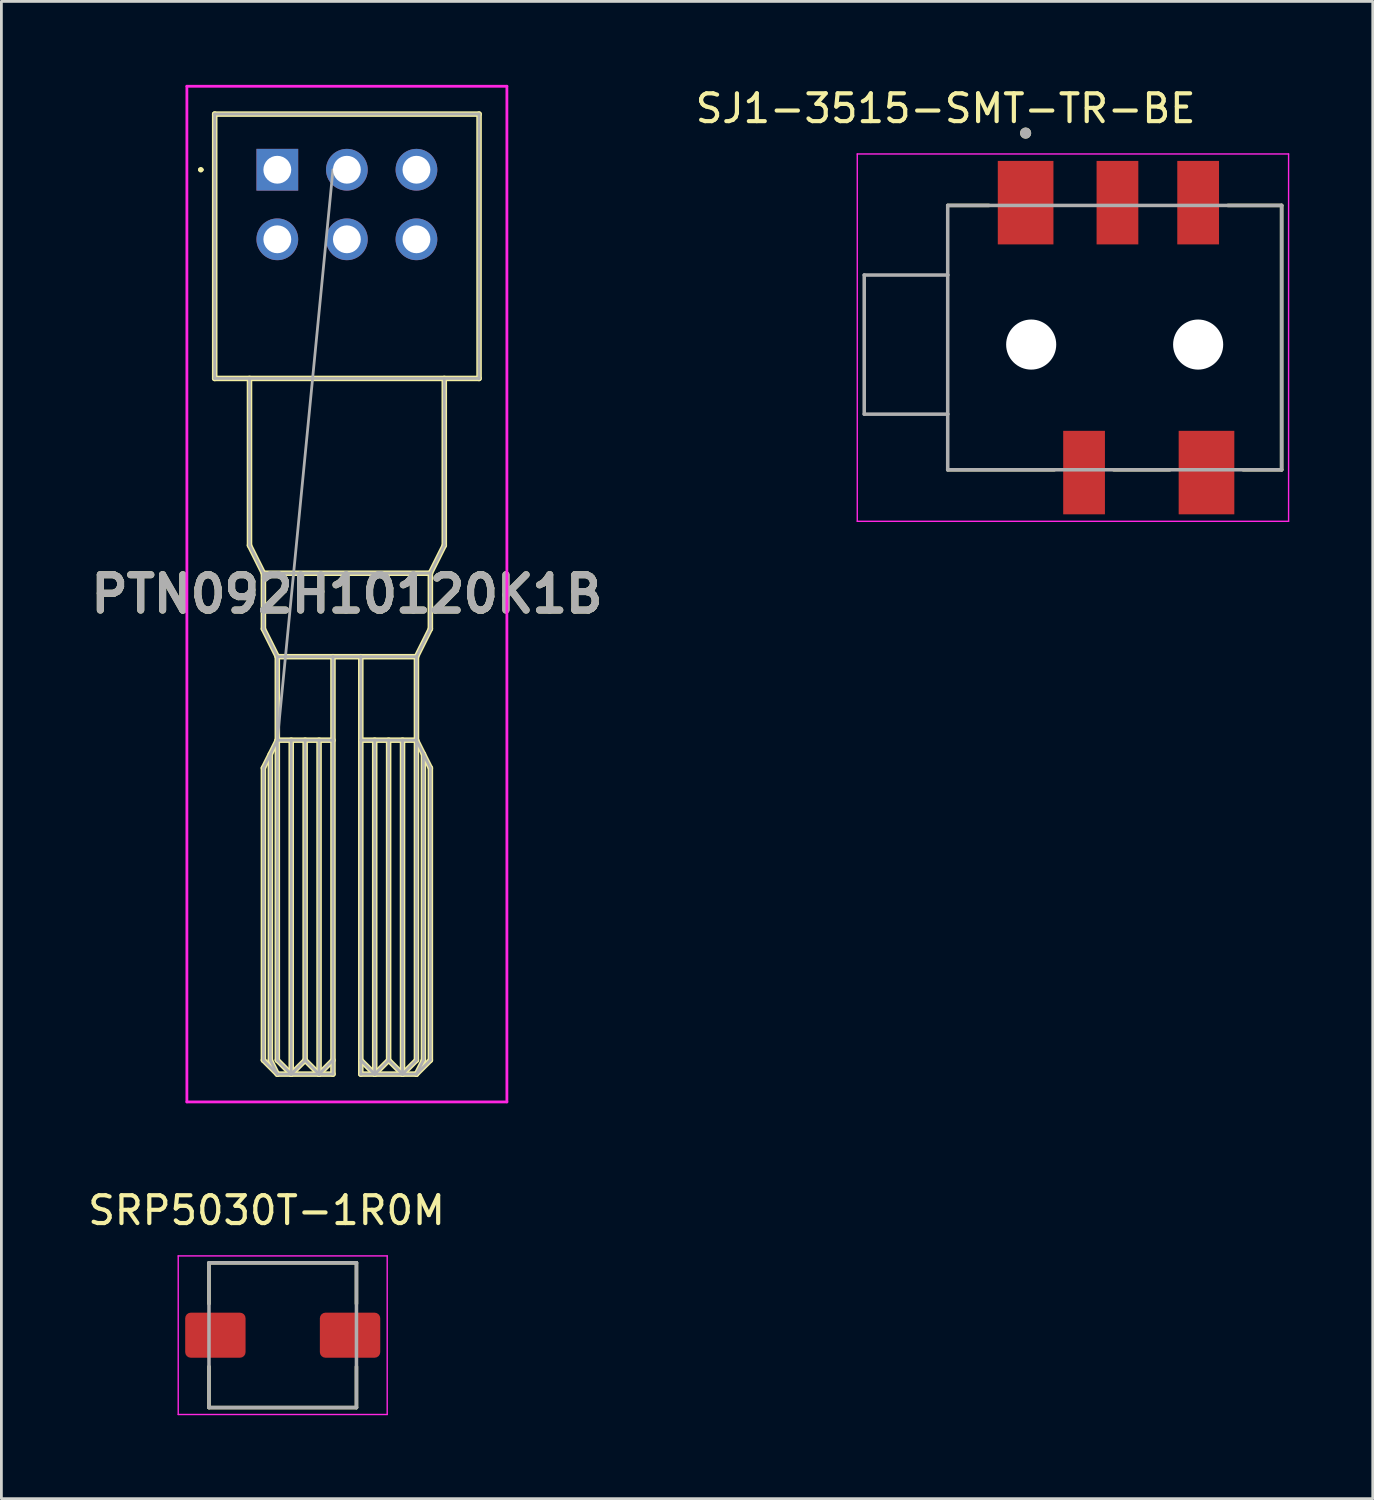
<source format=kicad_pcb>
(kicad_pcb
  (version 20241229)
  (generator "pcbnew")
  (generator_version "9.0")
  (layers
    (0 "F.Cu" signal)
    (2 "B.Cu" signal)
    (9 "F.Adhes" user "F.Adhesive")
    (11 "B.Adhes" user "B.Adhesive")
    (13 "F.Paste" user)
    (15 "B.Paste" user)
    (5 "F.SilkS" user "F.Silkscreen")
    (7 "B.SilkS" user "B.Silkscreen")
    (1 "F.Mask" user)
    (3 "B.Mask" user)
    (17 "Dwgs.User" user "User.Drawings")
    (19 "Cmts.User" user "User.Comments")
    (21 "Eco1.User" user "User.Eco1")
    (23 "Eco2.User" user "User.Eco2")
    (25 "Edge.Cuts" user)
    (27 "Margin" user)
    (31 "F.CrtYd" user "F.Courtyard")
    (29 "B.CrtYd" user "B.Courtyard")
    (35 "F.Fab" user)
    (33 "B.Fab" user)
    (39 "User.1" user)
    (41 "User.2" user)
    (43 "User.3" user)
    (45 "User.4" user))
  (footprint "SJ1-3515-SMT-TR-BE"
    (layer "F.Cu")
    (at 37.008 9.333)
    (property "Reference" "SJ1-3515-SMT-TR-BE" (at -6.075 -8.485 0) (layer "F.SilkS") (effects (font (size 1 1) (thickness 0.15))))
    (attr smd)
    (fp_line (start -6 4.5) (end -2.17 4.5) (stroke (width 0.127) (type solid)) (layer "F.SilkS"))
    (fp_line (start -4.52 -5) (end -6 -5) (stroke (width 0.127) (type solid)) (layer "F.SilkS"))
    (fp_line (start -0.03 4.5) (end 1.98 4.5) (stroke (width 0.127) (type solid)) (layer "F.SilkS"))
    (fp_line (start 4.62 4.5) (end 6 4.5) (stroke (width 0.127) (type solid)) (layer "F.SilkS"))
    (fp_line (start 6 -5) (end 4.07 -5) (stroke (width 0.127) (type solid)) (layer "F.SilkS"))
    (fp_line (start 6 4.5) (end 6 -5) (stroke (width 0.127) (type solid)) (layer "F.SilkS"))
    (fp_circle (center -3.2 -7.6) (end -3.1 -7.6) (stroke (width 0.2) (type solid)) (fill no) (layer "F.SilkS"))
    (fp_line (start -9.25 -6.85) (end -9.25 6.35) (stroke (width 0.05) (type solid)) (layer "F.CrtYd"))
    (fp_line (start -9.25 6.35) (end 6.25 6.35) (stroke (width 0.05) (type solid)) (layer "F.CrtYd"))
    (fp_line (start 6.25 -6.85) (end -9.25 -6.85) (stroke (width 0.05) (type solid)) (layer "F.CrtYd"))
    (fp_line (start 6.25 6.35) (end 6.25 -6.85) (stroke (width 0.05) (type solid)) (layer "F.CrtYd"))
    (fp_line (start -9 -2.5) (end -9 2.5) (stroke (width 0.127) (type solid)) (layer "F.Fab"))
    (fp_line (start -9 2.5) (end -6 2.5) (stroke (width 0.127) (type solid)) (layer "F.Fab"))
    (fp_line (start -6 -5) (end -6 -2.5) (stroke (width 0.127) (type solid)) (layer "F.Fab"))
    (fp_line (start -6 -2.5) (end -9 -2.5) (stroke (width 0.127) (type solid)) (layer "F.Fab"))
    (fp_line (start -6 -2.5) (end -6 2.5) (stroke (width 0.127) (type solid)) (layer "F.Fab"))
    (fp_line (start -6 2.5) (end -6 4.5) (stroke (width 0.127) (type solid)) (layer "F.Fab"))
    (fp_line (start -6 4.5) (end 6 4.5) (stroke (width 0.127) (type solid)) (layer "F.Fab"))
    (fp_line (start 6 -5) (end -6 -5) (stroke (width 0.127) (type solid)) (layer "F.Fab"))
    (fp_line (start 6 4.5) (end 6 -5) (stroke (width 0.127) (type solid)) (layer "F.Fab"))
    (fp_circle (center -3.2 -7.6) (end -3.1 -7.6) (stroke (width 0.2) (type solid)) (fill no) (layer "F.Fab"))
    (pad "" np_thru_hole circle (at -3 0) (size 1.8 1.8) (drill 1.8) (layers "*.Cu" "*.Mask"))
    (pad "" np_thru_hole circle (at 3 0) (size 1.8 1.8) (drill 1.8) (layers "*.Cu" "*.Mask"))
    (pad "1" smd rect (at -3.2 -5.1) (size 2 3) (layers "F.Cu" "F.Mask" "F.Paste"))
    (pad "2" smd rect (at 3.3 4.6) (size 2 3) (layers "F.Cu" "F.Mask" "F.Paste"))
    (pad "3" smd rect (at 3 -5.1) (size 1.5 3) (layers "F.Cu" "F.Mask" "F.Paste"))
    (pad "10" smd rect (at -1.1 4.6) (size 1.5 3) (layers "F.Cu" "F.Mask" "F.Paste"))
    (pad "11" smd rect (at 0.1 -5.1) (size 1.5 3) (layers "F.Cu" "F.Mask" "F.Paste")))
  (footprint "PTN092H10120K1B"
    (layer "F.Cu")
    (at 6.916 3.05)
    (property "Reference" "PTN092H10120K1B" (at 2.5 15.25 0) (layer "F.SilkS") (effects (font (size 1.27 1.27) (thickness 0.254))))
    (attr through_hole)
    (fp_line (start -2.8 0) (end -2.8 0) (stroke (width 0.1) (type solid)) (layer "F.SilkS"))
    (fp_line (start -2.7 0) (end -2.7 0) (stroke (width 0.1) (type solid)) (layer "F.SilkS"))
    (fp_line (start -2.25 -2) (end 7.25 -2) (stroke (width 0.2) (type solid)) (layer "F.SilkS"))
    (fp_line (start -2.25 7.5) (end -2.25 -2) (stroke (width 0.2) (type solid)) (layer "F.SilkS"))
    (fp_line (start -1 7.5) (end -1 13.5) (stroke (width 0.2) (type solid)) (layer "F.SilkS"))
    (fp_line (start -1 13.5) (end -0.5 14.5) (stroke (width 0.2) (type solid)) (layer "F.SilkS"))
    (fp_line (start -0.5 14.5) (end -0.5 16.5) (stroke (width 0.2) (type solid)) (layer "F.SilkS"))
    (fp_line (start -0.5 14.5) (end 5.5 14.5) (stroke (width 0.2) (type solid)) (layer "F.SilkS"))
    (fp_line (start -0.5 16.5) (end 0 17.5) (stroke (width 0.2) (type solid)) (layer "F.SilkS"))
    (fp_line (start -0.5 21.5) (end -0.5 32) (stroke (width 0.2) (type solid)) (layer "F.SilkS"))
    (fp_line (start -0.5 32) (end 0 32.5) (stroke (width 0.2) (type solid)) (layer "F.SilkS"))
    (fp_line (start -0.25 32) (end -0.25 21) (stroke (width 0.2) (type solid)) (layer "F.SilkS"))
    (fp_line (start 0 17.5) (end 0 20.5) (stroke (width 0.2) (type solid)) (layer "F.SilkS"))
    (fp_line (start 0 17.5) (end 2 17.5) (stroke (width 0.2) (type solid)) (layer "F.SilkS"))
    (fp_line (start 0 20.5) (end -0.5 21.5) (stroke (width 0.2) (type solid)) (layer "F.SilkS"))
    (fp_line (start 0 20.5) (end 2 20.5) (stroke (width 0.2) (type solid)) (layer "F.SilkS"))
    (fp_line (start 0 32) (end 0 20.5) (stroke (width 0.2) (type solid)) (layer "F.SilkS"))
    (fp_line (start 0 32.5) (end -0.25 32) (stroke (width 0.2) (type solid)) (layer "F.SilkS"))
    (fp_line (start 0 32.5) (end 2 32.5) (stroke (width 0.2) (type solid)) (layer "F.SilkS"))
    (fp_line (start 0.5 20.5) (end 0.5 32.5) (stroke (width 0.2) (type solid)) (layer "F.SilkS"))
    (fp_line (start 0.5 32.5) (end 0 32) (stroke (width 0.2) (type solid)) (layer "F.SilkS"))
    (fp_line (start 1 20.5) (end 1 32) (stroke (width 0.2) (type solid)) (layer "F.SilkS"))
    (fp_line (start 1 32) (end 0.5 32.5) (stroke (width 0.2) (type solid)) (layer "F.SilkS"))
    (fp_line (start 1.5 20.5) (end 1.5 32.5) (stroke (width 0.2) (type solid)) (layer "F.SilkS"))
    (fp_line (start 1.5 32.5) (end 1 32) (stroke (width 0.2) (type solid)) (layer "F.SilkS"))
    (fp_line (start 2 17.5) (end 3 17.5) (stroke (width 0.2) (type solid)) (layer "F.SilkS"))
    (fp_line (start 2 32) (end 1.5 32.5) (stroke (width 0.2) (type solid)) (layer "F.SilkS"))
    (fp_line (start 2 32.5) (end 2 17.5) (stroke (width 0.2) (type solid)) (layer "F.SilkS"))
    (fp_line (start 3 17.5) (end 3 32.5) (stroke (width 0.2) (type solid)) (layer "F.SilkS"))
    (fp_line (start 3 32) (end 3.5 32.5) (stroke (width 0.2) (type solid)) (layer "F.SilkS"))
    (fp_line (start 3 32.5) (end 5 32.5) (stroke (width 0.2) (type solid)) (layer "F.SilkS"))
    (fp_line (start 3.5 20.5) (end 3.5 32.5) (stroke (width 0.2) (type solid)) (layer "F.SilkS"))
    (fp_line (start 3.5 32.5) (end 4 32) (stroke (width 0.2) (type solid)) (layer "F.SilkS"))
    (fp_line (start 4 20.5) (end 4 32) (stroke (width 0.2) (type solid)) (layer "F.SilkS"))
    (fp_line (start 4 32) (end 4.5 32.5) (stroke (width 0.2) (type solid)) (layer "F.SilkS"))
    (fp_line (start 4.5 20.5) (end 4.5 32.5) (stroke (width 0.2) (type solid)) (layer "F.SilkS"))
    (fp_line (start 4.5 32.5) (end 5 32) (stroke (width 0.2) (type solid)) (layer "F.SilkS"))
    (fp_line (start 5 17.5) (end 3 17.5) (stroke (width 0.2) (type solid)) (layer "F.SilkS"))
    (fp_line (start 5 20.5) (end 3 20.5) (stroke (width 0.2) (type solid)) (layer "F.SilkS"))
    (fp_line (start 5 20.5) (end 5 17.5) (stroke (width 0.2) (type solid)) (layer "F.SilkS"))
    (fp_line (start 5 32) (end 5 20.5) (stroke (width 0.2) (type solid)) (layer "F.SilkS"))
    (fp_line (start 5 32.5) (end 5.5 32) (stroke (width 0.2) (type solid)) (layer "F.SilkS"))
    (fp_line (start 5.25 21) (end 5.25 32) (stroke (width 0.2) (type solid)) (layer "F.SilkS"))
    (fp_line (start 5.25 32) (end 5 32.5) (stroke (width 0.2) (type solid)) (layer "F.SilkS"))
    (fp_line (start 5.5 14.5) (end 5.5 16.5) (stroke (width 0.2) (type solid)) (layer "F.SilkS"))
    (fp_line (start 5.5 14.5) (end 6 13.5) (stroke (width 0.2) (type solid)) (layer "F.SilkS"))
    (fp_line (start 5.5 16.5) (end 5 17.5) (stroke (width 0.2) (type solid)) (layer "F.SilkS"))
    (fp_line (start 5.5 21.5) (end 5 20.5) (stroke (width 0.2) (type solid)) (layer "F.SilkS"))
    (fp_line (start 5.5 32) (end 5.5 21.5) (stroke (width 0.2) (type solid)) (layer "F.SilkS"))
    (fp_line (start 6 13.5) (end 6 7.5) (stroke (width 0.2) (type solid)) (layer "F.SilkS"))
    (fp_line (start 7.25 -2) (end 7.25 7.5) (stroke (width 0.2) (type solid)) (layer "F.SilkS"))
    (fp_line (start 7.25 7.5) (end -2.25 7.5) (stroke (width 0.2) (type solid)) (layer "F.SilkS"))
    (fp_arc (start -2.8 0) (mid -2.75 -0.05) (end -2.7 0) (stroke (width 0.1) (type solid)) (layer "F.SilkS"))
    (fp_arc (start -2.7 0) (mid -2.75 0.05) (end -2.8 0) (stroke (width 0.1) (type solid)) (layer "F.SilkS"))
    (fp_line (start -3.25 -3) (end 8.25 -3) (stroke (width 0.1) (type solid)) (layer "F.CrtYd"))
    (fp_line (start -3.25 33.5) (end -3.25 -3) (stroke (width 0.1) (type solid)) (layer "F.CrtYd"))
    (fp_line (start 8.25 -3) (end 8.25 33.5) (stroke (width 0.1) (type solid)) (layer "F.CrtYd"))
    (fp_line (start 8.25 33.5) (end -3.25 33.5) (stroke (width 0.1) (type solid)) (layer "F.CrtYd"))
    (fp_line (start -2.25 -2) (end 7.25 -2) (stroke (width 0.1) (type solid)) (layer "F.Fab"))
    (fp_line (start -2.25 7.5) (end -2.25 -2) (stroke (width 0.1) (type solid)) (layer "F.Fab"))
    (fp_line (start -1 7.5) (end -1 13.5) (stroke (width 0.1) (type solid)) (layer "F.Fab"))
    (fp_line (start -1 13.5) (end -0.5 14.5) (stroke (width 0.1) (type solid)) (layer "F.Fab"))
    (fp_line (start -0.5 14.5) (end -0.5 16.5) (stroke (width 0.1) (type solid)) (layer "F.Fab"))
    (fp_line (start -0.5 14.5) (end 5.5 14.5) (stroke (width 0.1) (type solid)) (layer "F.Fab"))
    (fp_line (start -0.5 16.5) (end 0 17.5) (stroke (width 0.1) (type solid)) (layer "F.Fab"))
    (fp_line (start -0.5 21.5) (end -0.5 32) (stroke (width 0.1) (type solid)) (layer "F.Fab"))
    (fp_line (start -0.5 32) (end 0 32.5) (stroke (width 0.1) (type solid)) (layer "F.Fab"))
    (fp_line (start -0.25 21) (end -0.25 32) (stroke (width 0.1) (type solid)) (layer "F.Fab"))
    (fp_line (start -0.25 32) (end 0 32.5) (stroke (width 0.1) (type solid)) (layer "F.Fab"))
    (fp_line (start 0 17.5) (end 0 20.5) (stroke (width 0.1) (type solid)) (layer "F.Fab"))
    (fp_line (start 0 17.5) (end 2 17.5) (stroke (width 0.1) (type solid)) (layer "F.Fab"))
    (fp_line (start 0 20.5) (end -0.5 21.5) (stroke (width 0.1) (type solid)) (layer "F.Fab"))
    (fp_line (start 0 20.5) (end 0 32) (stroke (width 0.1) (type solid)) (layer "F.Fab"))
    (fp_line (start 0 20.5) (end 2 0) (stroke (width 0.1) (type solid)) (layer "F.Fab"))
    (fp_line (start 0 20.5) (end 2 20.5) (stroke (width 0.1) (type solid)) (layer "F.Fab"))
    (fp_line (start 0 32) (end 0.5 32.5) (stroke (width 0.1) (type solid)) (layer "F.Fab"))
    (fp_line (start 0 32.5) (end 2 32.5) (stroke (width 0.1) (type solid)) (layer "F.Fab"))
    (fp_line (start 0.5 20.5) (end 0.5 32.5) (stroke (width 0.1) (type solid)) (layer "F.Fab"))
    (fp_line (start 0.5 32.5) (end 1 32) (stroke (width 0.1) (type solid)) (layer "F.Fab"))
    (fp_line (start 1 32) (end 1 20.5) (stroke (width 0.1) (type solid)) (layer "F.Fab"))
    (fp_line (start 1.5 20.5) (end 1.5 32.5) (stroke (width 0.1) (type solid)) (layer "F.Fab"))
    (fp_line (start 1.5 32.5) (end 1 32) (stroke (width 0.1) (type solid)) (layer "F.Fab"))
    (fp_line (start 2 17.5) (end 3 17.5) (stroke (width 0.1) (type solid)) (layer "F.Fab"))
    (fp_line (start 2 32) (end 1.5 32.5) (stroke (width 0.1) (type solid)) (layer "F.Fab"))
    (fp_line (start 2 32.5) (end 2 17.5) (stroke (width 0.1) (type solid)) (layer "F.Fab"))
    (fp_line (start 3 17.5) (end 3 32.5) (stroke (width 0.1) (type solid)) (layer "F.Fab"))
    (fp_line (start 3 20.5) (end 5 20.5) (stroke (width 0.1) (type solid)) (layer "F.Fab"))
    (fp_line (start 3 32.5) (end 5 32.5) (stroke (width 0.1) (type solid)) (layer "F.Fab"))
    (fp_line (start 3.5 20.5) (end 3.5 32.5) (stroke (width 0.1) (type solid)) (layer "F.Fab"))
    (fp_line (start 3.5 32.5) (end 3 32) (stroke (width 0.1) (type solid)) (layer "F.Fab"))
    (fp_line (start 4 32) (end 3.5 32.5) (stroke (width 0.1) (type solid)) (layer "F.Fab"))
    (fp_line (start 4 32) (end 4 20.5) (stroke (width 0.1) (type solid)) (layer "F.Fab"))
    (fp_line (start 4.5 20.5) (end 4.5 32.5) (stroke (width 0.1) (type solid)) (layer "F.Fab"))
    (fp_line (start 4.5 32.5) (end 4 32) (stroke (width 0.1) (type solid)) (layer "F.Fab"))
    (fp_line (start 5 17.5) (end 3 17.5) (stroke (width 0.1) (type solid)) (layer "F.Fab"))
    (fp_line (start 5 20.5) (end 5 17.5) (stroke (width 0.1) (type solid)) (layer "F.Fab"))
    (fp_line (start 5 20.5) (end 5 32) (stroke (width 0.1) (type solid)) (layer "F.Fab"))
    (fp_line (start 5 32) (end 4.5 32.5) (stroke (width 0.1) (type solid)) (layer "F.Fab"))
    (fp_line (start 5 32.5) (end 5.5 32) (stroke (width 0.1) (type solid)) (layer "F.Fab"))
    (fp_line (start 5.25 21) (end 5.25 32) (stroke (width 0.1) (type solid)) (layer "F.Fab"))
    (fp_line (start 5.25 32) (end 5 32.5) (stroke (width 0.1) (type solid)) (layer "F.Fab"))
    (fp_line (start 5.5 14.5) (end 5.5 16.5) (stroke (width 0.1) (type solid)) (layer "F.Fab"))
    (fp_line (start 5.5 14.5) (end 6 13.5) (stroke (width 0.1) (type solid)) (layer "F.Fab"))
    (fp_line (start 5.5 16.5) (end 5 17.5) (stroke (width 0.1) (type solid)) (layer "F.Fab"))
    (fp_line (start 5.5 21.5) (end 5 20.5) (stroke (width 0.1) (type solid)) (layer "F.Fab"))
    (fp_line (start 5.5 32) (end 5.5 21.5) (stroke (width 0.1) (type solid)) (layer "F.Fab"))
    (fp_line (start 6 13.5) (end 6 7.5) (stroke (width 0.1) (type solid)) (layer "F.Fab"))
    (fp_line (start 7.25 -2) (end 7.25 7.5) (stroke (width 0.1) (type solid)) (layer "F.Fab"))
    (fp_line (start 7.25 7.5) (end -2.25 7.5) (stroke (width 0.1) (type solid)) (layer "F.Fab"))
    (fp_text user "${REFERENCE}" (at 2.5 15.25 0) (layer "F.Fab") (effects (font (size 1.27 1.27) (thickness 0.254))))
    (pad "1" thru_hole rect (at 0 0) (size 1.5 1.5) (drill 1) (layers "*.Cu" "*.Mask"))
    (pad "2" thru_hole circle (at 2.5 0) (size 1.5 1.5) (drill 1) (layers "*.Cu" "*.Mask"))
    (pad "3" thru_hole circle (at 5 0) (size 1.5 1.5) (drill 1) (layers "*.Cu" "*.Mask"))
    (pad "4" thru_hole circle (at 0 2.5) (size 1.5 1.5) (drill 1) (layers "*.Cu" "*.Mask"))
    (pad "5" thru_hole circle (at 2.5 2.5) (size 1.5 1.5) (drill 1) (layers "*.Cu" "*.Mask"))
    (pad "6" thru_hole circle (at 5 2.5) (size 1.5 1.5) (drill 1) (layers "*.Cu" "*.Mask")))
  (footprint "SRP5030T-1R0M"
    (layer "F.Cu")
    (at 7.11 44.933)
    (property "Reference" "SRP5030T-1R0M" (at -0.58 -4.485 0) (layer "F.SilkS") (effects (font (size 1 1) (thickness 0.15))))
    (attr smd)
    (fp_line (start -2.65 -2.6) (end 2.65 -2.6) (stroke (width 0.127) (type solid)) (layer "F.SilkS"))
    (fp_line (start -2.65 -1.13) (end -2.65 -2.6) (stroke (width 0.127) (type solid)) (layer "F.SilkS"))
    (fp_line (start -2.65 2.6) (end -2.65 1.13) (stroke (width 0.127) (type solid)) (layer "F.SilkS"))
    (fp_line (start 2.65 -2.6) (end 2.65 -1.13) (stroke (width 0.127) (type solid)) (layer "F.SilkS"))
    (fp_line (start 2.65 2.6) (end -2.65 2.6) (stroke (width 0.127) (type solid)) (layer "F.SilkS"))
    (fp_line (start 2.65 2.6) (end 2.65 1.13) (stroke (width 0.127) (type solid)) (layer "F.SilkS"))
    (fp_line (start -3.755 -2.85) (end -3.755 2.85) (stroke (width 0.05) (type solid)) (layer "F.CrtYd"))
    (fp_line (start -3.755 2.85) (end 3.755 2.85) (stroke (width 0.05) (type solid)) (layer "F.CrtYd"))
    (fp_line (start 3.755 -2.85) (end -3.755 -2.85) (stroke (width 0.05) (type solid)) (layer "F.CrtYd"))
    (fp_line (start 3.755 2.85) (end 3.755 -2.85) (stroke (width 0.05) (type solid)) (layer "F.CrtYd"))
    (fp_line (start -2.65 -2.6) (end 2.65 -2.6) (stroke (width 0.127) (type solid)) (layer "F.Fab"))
    (fp_line (start -2.65 2.6) (end -2.65 -2.6) (stroke (width 0.127) (type solid)) (layer "F.Fab"))
    (fp_line (start 2.65 -2.6) (end 2.65 2.6) (stroke (width 0.127) (type solid)) (layer "F.Fab"))
    (fp_line (start 2.65 2.6) (end -2.65 2.6) (stroke (width 0.127) (type solid)) (layer "F.Fab"))
    (pad "1" smd roundrect (at -2.42 0) (size 2.17 1.62) (layers "F.Cu" "F.Mask" "F.Paste") (roundrect_rratio 0.125))
    (pad "2" smd roundrect (at 2.42 0) (size 2.17 1.62) (layers "F.Cu" "F.Mask" "F.Paste") (roundrect_rratio 0.125)))
  (gr_rect
    (start -3 -3)
    (end 46.283 50.808)
    (stroke (width 0.1) (type default))
    (fill no)
    (layer "Edge.Cuts")))
</source>
